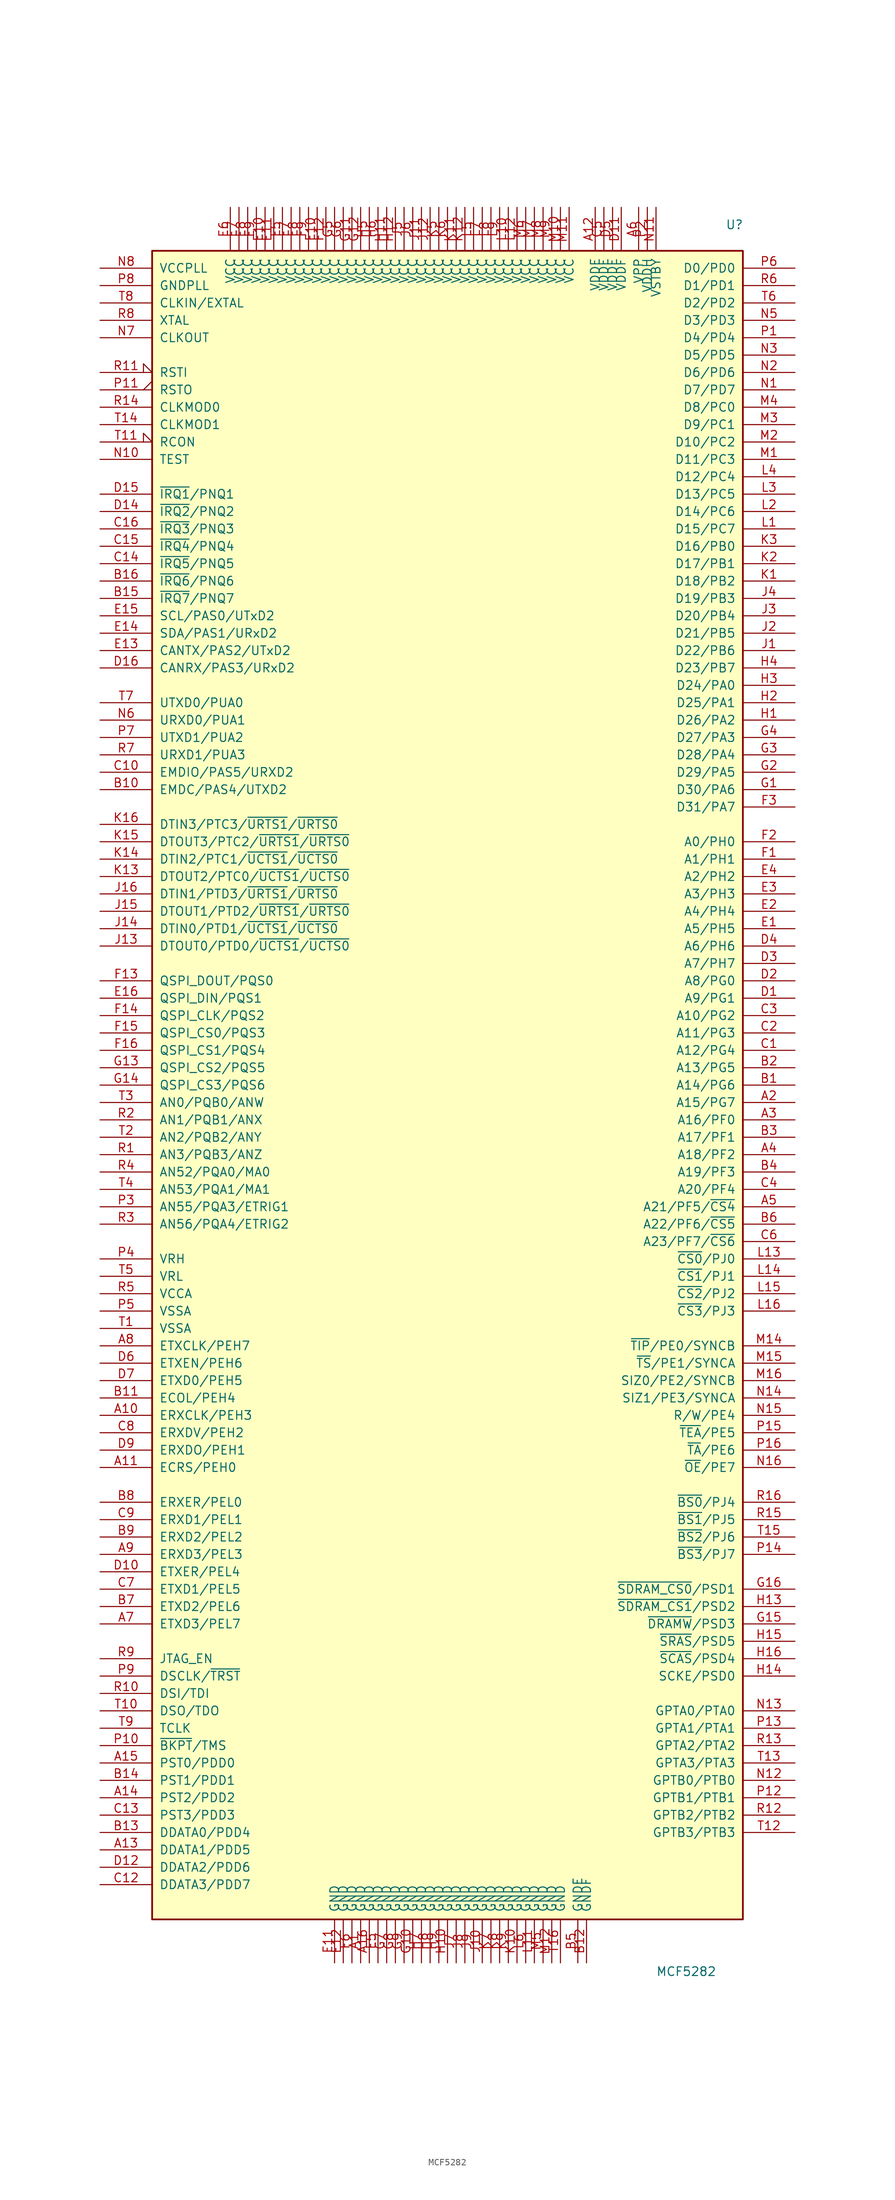
<source format=kicad_sym>
(kicad_symbol_lib
  (version 20201005)
  (generator kicad_symbol_editor)
  (symbol "MCU_NXP_ColdFire:MCF5282"
    (pin_names
      (offset 1.016))
    (property "Reference" "U"
      (at 40.64 125.73 0)
      (effects (font (size 1.27 1.27)) (justify left)))
    (property "Value" "MCF5282"
      (at 30.48 -129.54 0)
      (effects (font (size 1.27 1.27)) (justify left)))
    (symbol "MCF5282_0_1"
      (rectangle (start -43.18 121.92) (end 43.18 -121.92) (stroke (width 0.254)) (fill (type background))))
    (symbol "MCF5282_1_1"
      (pin power_in line (at -12.7 -128.27 90) (length 6.35) (name "GND" (effects (font (size 1.27 1.27)))) (number "A1" (effects (font (size 1.27 1.27)))))
      (pin bidirectional line (at -50.8 -48.26 0) (length 7.62) (name "ERXCLK/PEH3" (effects (font (size 1.27 1.27)))) (number "A10" (effects (font (size 1.27 1.27)))))
      (pin bidirectional line (at -50.8 -55.88 0) (length 7.62) (name "ECRS/PEH0" (effects (font (size 1.27 1.27)))) (number "A11" (effects (font (size 1.27 1.27)))))
      (pin power_in line (at 21.59 128.27 270) (length 6.35) (name "VDDF" (effects (font (size 1.27 1.27)))) (number "A12" (effects (font (size 1.27 1.27)))))
      (pin output line (at -50.8 -111.76 0) (length 7.62) (name "DDATA1/PDD5" (effects (font (size 1.27 1.27)))) (number "A13" (effects (font (size 1.27 1.27)))))
      (pin output line (at -50.8 -104.14 0) (length 7.62) (name "PST2/PDD2" (effects (font (size 1.27 1.27)))) (number "A14" (effects (font (size 1.27 1.27)))))
      (pin output line (at -50.8 -99.06 0) (length 7.62) (name "PST0/PDD0" (effects (font (size 1.27 1.27)))) (number "A15" (effects (font (size 1.27 1.27)))))
      (pin power_in line (at -11.43 -128.27 90) (length 6.35) (name "GND" (effects (font (size 1.27 1.27)))) (number "A16" (effects (font (size 1.27 1.27)))))
      (pin bidirectional line (at 50.8 -2.54 180) (length 7.62) (name "A15/PG7" (effects (font (size 1.27 1.27)))) (number "A2" (effects (font (size 1.27 1.27)))))
      (pin bidirectional line (at 50.8 -5.08 180) (length 7.62) (name "A16/PF0" (effects (font (size 1.27 1.27)))) (number "A3" (effects (font (size 1.27 1.27)))))
      (pin bidirectional line (at 50.8 -10.16 180) (length 7.62) (name "A18/PF2" (effects (font (size 1.27 1.27)))) (number "A4" (effects (font (size 1.27 1.27)))))
      (pin bidirectional line (at 50.8 -17.78 180) (length 7.62) (name "A21/PF5/~CS4~" (effects (font (size 1.27 1.27)))) (number "A5" (effects (font (size 1.27 1.27)))))
      (pin power_in line (at 27.94 128.27 270) (length 6.35) (name "VPP" (effects (font (size 1.27 1.27)))) (number "A6" (effects (font (size 1.27 1.27)))))
      (pin bidirectional line (at -50.8 -78.74 0) (length 7.62) (name "ETXD3/PEL7" (effects (font (size 1.27 1.27)))) (number "A7" (effects (font (size 1.27 1.27)))))
      (pin bidirectional line (at -50.8 -38.1 0) (length 7.62) (name "ETXCLK/PEH7" (effects (font (size 1.27 1.27)))) (number "A8" (effects (font (size 1.27 1.27)))))
      (pin bidirectional line (at -50.8 -68.58 0) (length 7.62) (name "ERXD3/PEL3" (effects (font (size 1.27 1.27)))) (number "A9" (effects (font (size 1.27 1.27)))))
      (pin bidirectional line (at 50.8 0 180) (length 7.62) (name "A14/PG6" (effects (font (size 1.27 1.27)))) (number "B1" (effects (font (size 1.27 1.27)))))
      (pin input line (at -50.8 43.18 0) (length 7.62) (name "EMDC/PAS4/UTXD2" (effects (font (size 1.27 1.27)))) (number "B10" (effects (font (size 1.27 1.27)))))
      (pin bidirectional line (at -50.8 -45.72 0) (length 7.62) (name "ECOL/PEH4" (effects (font (size 1.27 1.27)))) (number "B11" (effects (font (size 1.27 1.27)))))
      (pin power_in line (at 20.32 -128.27 90) (length 6.35) (name "GNDF" (effects (font (size 1.27 1.27)))) (number "B12" (effects (font (size 1.27 1.27)))))
      (pin output line (at -50.8 -109.22 0) (length 7.62) (name "DDATA0/PDD4" (effects (font (size 1.27 1.27)))) (number "B13" (effects (font (size 1.27 1.27)))))
      (pin output line (at -50.8 -101.6 0) (length 7.62) (name "PST1/PDD1" (effects (font (size 1.27 1.27)))) (number "B14" (effects (font (size 1.27 1.27)))))
      (pin bidirectional line (at -50.8 71.12 0) (length 7.62) (name "~IRQ7~/PNQ7" (effects (font (size 1.27 1.27)))) (number "B15" (effects (font (size 1.27 1.27)))))
      (pin bidirectional line (at -50.8 73.66 0) (length 7.62) (name "~IRQ6~/PNQ6" (effects (font (size 1.27 1.27)))) (number "B16" (effects (font (size 1.27 1.27)))))
      (pin bidirectional line (at 50.8 2.54 180) (length 7.62) (name "A13/PG5" (effects (font (size 1.27 1.27)))) (number "B2" (effects (font (size 1.27 1.27)))))
      (pin bidirectional line (at 50.8 -7.62 180) (length 7.62) (name "A17/PF1" (effects (font (size 1.27 1.27)))) (number "B3" (effects (font (size 1.27 1.27)))))
      (pin bidirectional line (at 50.8 -12.7 180) (length 7.62) (name "A19/PF3" (effects (font (size 1.27 1.27)))) (number "B4" (effects (font (size 1.27 1.27)))))
      (pin passive line (at 19.05 -128.27 90) (length 6.35) (name "GNDF" (effects (font (size 1.27 1.27)))) (number "B5" (effects (font (size 1.27 1.27)))))
      (pin bidirectional line (at 50.8 -20.32 180) (length 7.62) (name "A22/PF6/~CS5~" (effects (font (size 1.27 1.27)))) (number "B6" (effects (font (size 1.27 1.27)))))
      (pin bidirectional line (at -50.8 -76.2 0) (length 7.62) (name "ETXD2/PEL6" (effects (font (size 1.27 1.27)))) (number "B7" (effects (font (size 1.27 1.27)))))
      (pin bidirectional line (at -50.8 -60.96 0) (length 7.62) (name "ERXER/PEL0" (effects (font (size 1.27 1.27)))) (number "B8" (effects (font (size 1.27 1.27)))))
      (pin bidirectional line (at -50.8 -66.04 0) (length 7.62) (name "ERXD2/PEL2" (effects (font (size 1.27 1.27)))) (number "B9" (effects (font (size 1.27 1.27)))))
      (pin bidirectional line (at 50.8 5.08 180) (length 7.62) (name "A12/PG4" (effects (font (size 1.27 1.27)))) (number "C1" (effects (font (size 1.27 1.27)))))
      (pin bidirectional line (at -50.8 45.72 0) (length 7.62) (name "EMDIO/PAS5/URXD2" (effects (font (size 1.27 1.27)))) (number "C10" (effects (font (size 1.27 1.27)))))
      (pin output line (at -50.8 -116.84 0) (length 7.62) (name "DDATA3/PDD7" (effects (font (size 1.27 1.27)))) (number "C12" (effects (font (size 1.27 1.27)))))
      (pin output line (at -50.8 -106.68 0) (length 7.62) (name "PST3/PDD3" (effects (font (size 1.27 1.27)))) (number "C13" (effects (font (size 1.27 1.27)))))
      (pin bidirectional line (at -50.8 76.2 0) (length 7.62) (name "~IRQ5~/PNQ5" (effects (font (size 1.27 1.27)))) (number "C14" (effects (font (size 1.27 1.27)))))
      (pin bidirectional line (at -50.8 78.74 0) (length 7.62) (name "~IRQ4~/PNQ4" (effects (font (size 1.27 1.27)))) (number "C15" (effects (font (size 1.27 1.27)))))
      (pin bidirectional line (at -50.8 81.28 0) (length 7.62) (name "~IRQ3~/PNQ3" (effects (font (size 1.27 1.27)))) (number "C16" (effects (font (size 1.27 1.27)))))
      (pin bidirectional line (at 50.8 7.62 180) (length 7.62) (name "A11/PG3" (effects (font (size 1.27 1.27)))) (number "C2" (effects (font (size 1.27 1.27)))))
      (pin bidirectional line (at 50.8 10.16 180) (length 7.62) (name "A10/PG2" (effects (font (size 1.27 1.27)))) (number "C3" (effects (font (size 1.27 1.27)))))
      (pin bidirectional line (at 50.8 -15.24 180) (length 7.62) (name "A20/PF4" (effects (font (size 1.27 1.27)))) (number "C4" (effects (font (size 1.27 1.27)))))
      (pin power_in line (at 22.86 128.27 270) (length 6.35) (name "VDDF" (effects (font (size 1.27 1.27)))) (number "C5" (effects (font (size 1.27 1.27)))))
      (pin bidirectional line (at 50.8 -22.86 180) (length 7.62) (name "A23/PF7/~CS6~" (effects (font (size 1.27 1.27)))) (number "C6" (effects (font (size 1.27 1.27)))))
      (pin bidirectional line (at -50.8 -73.66 0) (length 7.62) (name "ETXD1/PEL5" (effects (font (size 1.27 1.27)))) (number "C7" (effects (font (size 1.27 1.27)))))
      (pin bidirectional line (at -50.8 -50.8 0) (length 7.62) (name "ERXDV/PEH2" (effects (font (size 1.27 1.27)))) (number "C8" (effects (font (size 1.27 1.27)))))
      (pin bidirectional line (at -50.8 -63.5 0) (length 7.62) (name "ERXD1/PEL1" (effects (font (size 1.27 1.27)))) (number "C9" (effects (font (size 1.27 1.27)))))
      (pin bidirectional line (at 50.8 12.7 180) (length 7.62) (name "A9/PG1" (effects (font (size 1.27 1.27)))) (number "D1" (effects (font (size 1.27 1.27)))))
      (pin bidirectional line (at -50.8 -71.12 0) (length 7.62) (name "ETXER/PEL4" (effects (font (size 1.27 1.27)))) (number "D10" (effects (font (size 1.27 1.27)))))
      (pin power_in line (at 25.4 128.27 270) (length 6.35) (name "VDDF" (effects (font (size 1.27 1.27)))) (number "D11" (effects (font (size 1.27 1.27)))))
      (pin output line (at -50.8 -114.3 0) (length 7.62) (name "DDATA2/PDD6" (effects (font (size 1.27 1.27)))) (number "D12" (effects (font (size 1.27 1.27)))))
      (pin bidirectional line (at -50.8 83.82 0) (length 7.62) (name "~IRQ2~/PNQ2" (effects (font (size 1.27 1.27)))) (number "D14" (effects (font (size 1.27 1.27)))))
      (pin bidirectional line (at -50.8 86.36 0) (length 7.62) (name "~IRQ1~/PNQ1" (effects (font (size 1.27 1.27)))) (number "D15" (effects (font (size 1.27 1.27)))))
      (pin bidirectional line (at -50.8 60.96 0) (length 7.62) (name "CANRX/PAS3/URxD2" (effects (font (size 1.27 1.27)))) (number "D16" (effects (font (size 1.27 1.27)))))
      (pin bidirectional line (at 50.8 15.24 180) (length 7.62) (name "A8/PG0" (effects (font (size 1.27 1.27)))) (number "D2" (effects (font (size 1.27 1.27)))))
      (pin bidirectional line (at 50.8 17.78 180) (length 7.62) (name "A7/PH7" (effects (font (size 1.27 1.27)))) (number "D3" (effects (font (size 1.27 1.27)))))
      (pin bidirectional line (at 50.8 20.32 180) (length 7.62) (name "A6/PH6" (effects (font (size 1.27 1.27)))) (number "D4" (effects (font (size 1.27 1.27)))))
      (pin power_in line (at 24.13 128.27 270) (length 6.35) (name "VDDF" (effects (font (size 1.27 1.27)))) (number "D5" (effects (font (size 1.27 1.27)))))
      (pin bidirectional line (at -50.8 -40.64 0) (length 7.62) (name "ETXEN/PEH6" (effects (font (size 1.27 1.27)))) (number "D6" (effects (font (size 1.27 1.27)))))
      (pin bidirectional line (at -50.8 -43.18 0) (length 7.62) (name "ETXD0/PEH5" (effects (font (size 1.27 1.27)))) (number "D7" (effects (font (size 1.27 1.27)))))
      (pin bidirectional line (at -50.8 -53.34 0) (length 7.62) (name "ERXDO/PEH1" (effects (font (size 1.27 1.27)))) (number "D9" (effects (font (size 1.27 1.27)))))
      (pin bidirectional line (at 50.8 22.86 180) (length 7.62) (name "A5/PH5" (effects (font (size 1.27 1.27)))) (number "E1" (effects (font (size 1.27 1.27)))))
      (pin power_in line (at -26.67 128.27 270) (length 6.35) (name "VCC" (effects (font (size 1.27 1.27)))) (number "E10" (effects (font (size 1.27 1.27)))))
      (pin power_in line (at -25.4 128.27 270) (length 6.35) (name "VCC" (effects (font (size 1.27 1.27)))) (number "E11" (effects (font (size 1.27 1.27)))))
      (pin power_in line (at -15.24 -128.27 90) (length 6.35) (name "GND" (effects (font (size 1.27 1.27)))) (number "E12" (effects (font (size 1.27 1.27)))))
      (pin bidirectional line (at -50.8 63.5 0) (length 7.62) (name "CANTX/PAS2/UTxD2" (effects (font (size 1.27 1.27)))) (number "E13" (effects (font (size 1.27 1.27)))))
      (pin bidirectional line (at -50.8 66.04 0) (length 7.62) (name "SDA/PAS1/URxD2" (effects (font (size 1.27 1.27)))) (number "E14" (effects (font (size 1.27 1.27)))))
      (pin bidirectional line (at -50.8 68.58 0) (length 7.62) (name "SCL/PAS0/UTxD2" (effects (font (size 1.27 1.27)))) (number "E15" (effects (font (size 1.27 1.27)))))
      (pin bidirectional line (at -50.8 12.7 0) (length 7.62) (name "QSPI_DIN/PQS1" (effects (font (size 1.27 1.27)))) (number "E16" (effects (font (size 1.27 1.27)))))
      (pin bidirectional line (at 50.8 25.4 180) (length 7.62) (name "A4/PH4" (effects (font (size 1.27 1.27)))) (number "E2" (effects (font (size 1.27 1.27)))))
      (pin bidirectional line (at 50.8 27.94 180) (length 7.62) (name "A3/PH3" (effects (font (size 1.27 1.27)))) (number "E3" (effects (font (size 1.27 1.27)))))
      (pin bidirectional line (at 50.8 30.48 180) (length 7.62) (name "A2/PH2" (effects (font (size 1.27 1.27)))) (number "E4" (effects (font (size 1.27 1.27)))))
      (pin power_in line (at -10.16 -128.27 90) (length 6.35) (name "GND" (effects (font (size 1.27 1.27)))) (number "E5" (effects (font (size 1.27 1.27)))))
      (pin power_in line (at -31.75 128.27 270) (length 6.35) (name "VCC" (effects (font (size 1.27 1.27)))) (number "E6" (effects (font (size 1.27 1.27)))))
      (pin power_in line (at -30.48 128.27 270) (length 6.35) (name "VCC" (effects (font (size 1.27 1.27)))) (number "E7" (effects (font (size 1.27 1.27)))))
      (pin power_in line (at -29.21 128.27 270) (length 6.35) (name "VCC" (effects (font (size 1.27 1.27)))) (number "E8" (effects (font (size 1.27 1.27)))))
      (pin power_in line (at -27.94 128.27 270) (length 6.35) (name "VCC" (effects (font (size 1.27 1.27)))) (number "E9" (effects (font (size 1.27 1.27)))))
      (pin bidirectional line (at 50.8 33.02 180) (length 7.62) (name "A1/PH1" (effects (font (size 1.27 1.27)))) (number "F1" (effects (font (size 1.27 1.27)))))
      (pin power_in line (at -19.05 128.27 270) (length 6.35) (name "VCC" (effects (font (size 1.27 1.27)))) (number "F10" (effects (font (size 1.27 1.27)))))
      (pin power_in line (at -16.51 -128.27 90) (length 6.35) (name "GND" (effects (font (size 1.27 1.27)))) (number "F11" (effects (font (size 1.27 1.27)))))
      (pin power_in line (at -17.78 128.27 270) (length 6.35) (name "VCC" (effects (font (size 1.27 1.27)))) (number "F12" (effects (font (size 1.27 1.27)))))
      (pin bidirectional line (at -50.8 15.24 0) (length 7.62) (name "QSPI_DOUT/PQS0" (effects (font (size 1.27 1.27)))) (number "F13" (effects (font (size 1.27 1.27)))))
      (pin bidirectional line (at -50.8 10.16 0) (length 7.62) (name "QSPI_CLK/PQS2" (effects (font (size 1.27 1.27)))) (number "F14" (effects (font (size 1.27 1.27)))))
      (pin bidirectional line (at -50.8 7.62 0) (length 7.62) (name "QSPI_CS0/PQS3" (effects (font (size 1.27 1.27)))) (number "F15" (effects (font (size 1.27 1.27)))))
      (pin bidirectional line (at -50.8 5.08 0) (length 7.62) (name "QSPI_CS1/PQS4" (effects (font (size 1.27 1.27)))) (number "F16" (effects (font (size 1.27 1.27)))))
      (pin bidirectional line (at 50.8 35.56 180) (length 7.62) (name "A0/PH0" (effects (font (size 1.27 1.27)))) (number "F2" (effects (font (size 1.27 1.27)))))
      (pin bidirectional line (at 50.8 40.64 180) (length 7.62) (name "D31/PA7" (effects (font (size 1.27 1.27)))) (number "F3" (effects (font (size 1.27 1.27)))))
      (pin power_in line (at -24.13 128.27 270) (length 6.35) (name "VCC" (effects (font (size 1.27 1.27)))) (number "F5" (effects (font (size 1.27 1.27)))))
      (pin power_in line (at -13.97 -128.27 90) (length 6.35) (name "GND" (effects (font (size 1.27 1.27)))) (number "F6" (effects (font (size 1.27 1.27)))))
      (pin power_in line (at -22.86 128.27 270) (length 6.35) (name "VCC" (effects (font (size 1.27 1.27)))) (number "F7" (effects (font (size 1.27 1.27)))))
      (pin power_in line (at -21.59 128.27 270) (length 6.35) (name "VCC" (effects (font (size 1.27 1.27)))) (number "F8" (effects (font (size 1.27 1.27)))))
      (pin power_in line (at -20.32 128.27 270) (length 6.35) (name "VCC" (effects (font (size 1.27 1.27)))) (number "F9" (effects (font (size 1.27 1.27)))))
      (pin bidirectional line (at 50.8 43.18 180) (length 7.62) (name "D30/PA6" (effects (font (size 1.27 1.27)))) (number "G1" (effects (font (size 1.27 1.27)))))
      (pin power_in line (at -5.08 -128.27 90) (length 6.35) (name "GND" (effects (font (size 1.27 1.27)))) (number "G10" (effects (font (size 1.27 1.27)))))
      (pin power_in line (at -13.97 128.27 270) (length 6.35) (name "VCC" (effects (font (size 1.27 1.27)))) (number "G11" (effects (font (size 1.27 1.27)))))
      (pin power_in line (at -12.7 128.27 270) (length 6.35) (name "VCC" (effects (font (size 1.27 1.27)))) (number "G12" (effects (font (size 1.27 1.27)))))
      (pin bidirectional line (at -50.8 2.54 0) (length 7.62) (name "QSPI_CS2/PQS5" (effects (font (size 1.27 1.27)))) (number "G13" (effects (font (size 1.27 1.27)))))
      (pin bidirectional line (at -50.8 0 0) (length 7.62) (name "QSPI_CS3/PQS6" (effects (font (size 1.27 1.27)))) (number "G14" (effects (font (size 1.27 1.27)))))
      (pin bidirectional line (at 50.8 -78.74 180) (length 7.62) (name "~DRAMW~/PSD3" (effects (font (size 1.27 1.27)))) (number "G15" (effects (font (size 1.27 1.27)))))
      (pin bidirectional line (at 50.8 -73.66 180) (length 7.62) (name "~SDRAM_CS0~/PSD1" (effects (font (size 1.27 1.27)))) (number "G16" (effects (font (size 1.27 1.27)))))
      (pin bidirectional line (at 50.8 45.72 180) (length 7.62) (name "D29/PA5" (effects (font (size 1.27 1.27)))) (number "G2" (effects (font (size 1.27 1.27)))))
      (pin bidirectional line (at 50.8 48.26 180) (length 7.62) (name "D28/PA4" (effects (font (size 1.27 1.27)))) (number "G3" (effects (font (size 1.27 1.27)))))
      (pin bidirectional line (at 50.8 50.8 180) (length 7.62) (name "D27/PA3" (effects (font (size 1.27 1.27)))) (number "G4" (effects (font (size 1.27 1.27)))))
      (pin power_in line (at -16.51 128.27 270) (length 6.35) (name "VCC" (effects (font (size 1.27 1.27)))) (number "G5" (effects (font (size 1.27 1.27)))))
      (pin power_in line (at -15.24 128.27 270) (length 6.35) (name "VCC" (effects (font (size 1.27 1.27)))) (number "G6" (effects (font (size 1.27 1.27)))))
      (pin power_in line (at -8.89 -128.27 90) (length 6.35) (name "GND" (effects (font (size 1.27 1.27)))) (number "G7" (effects (font (size 1.27 1.27)))))
      (pin power_in line (at -7.62 -128.27 90) (length 6.35) (name "GND" (effects (font (size 1.27 1.27)))) (number "G8" (effects (font (size 1.27 1.27)))))
      (pin power_in line (at -6.35 -128.27 90) (length 6.35) (name "GND" (effects (font (size 1.27 1.27)))) (number "G9" (effects (font (size 1.27 1.27)))))
      (pin bidirectional line (at 50.8 53.34 180) (length 7.62) (name "D26/PA2" (effects (font (size 1.27 1.27)))) (number "H1" (effects (font (size 1.27 1.27)))))
      (pin power_in line (at 0 -128.27 90) (length 6.35) (name "GND" (effects (font (size 1.27 1.27)))) (number "H10" (effects (font (size 1.27 1.27)))))
      (pin power_in line (at -8.89 128.27 270) (length 6.35) (name "VCC" (effects (font (size 1.27 1.27)))) (number "H11" (effects (font (size 1.27 1.27)))))
      (pin power_in line (at -7.62 128.27 270) (length 6.35) (name "VCC" (effects (font (size 1.27 1.27)))) (number "H12" (effects (font (size 1.27 1.27)))))
      (pin output line (at 50.8 -76.2 180) (length 7.62) (name "~SDRAM_CS1~/PSD2" (effects (font (size 1.27 1.27)))) (number "H13" (effects (font (size 1.27 1.27)))))
      (pin bidirectional line (at 50.8 -86.36 180) (length 7.62) (name "SCKE/PSD0" (effects (font (size 1.27 1.27)))) (number "H14" (effects (font (size 1.27 1.27)))))
      (pin bidirectional line (at 50.8 -81.28 180) (length 7.62) (name "~SRAS~/PSD5" (effects (font (size 1.27 1.27)))) (number "H15" (effects (font (size 1.27 1.27)))))
      (pin bidirectional line (at 50.8 -83.82 180) (length 7.62) (name "~SCAS~/PSD4" (effects (font (size 1.27 1.27)))) (number "H16" (effects (font (size 1.27 1.27)))))
      (pin bidirectional line (at 50.8 55.88 180) (length 7.62) (name "D25/PA1" (effects (font (size 1.27 1.27)))) (number "H2" (effects (font (size 1.27 1.27)))))
      (pin bidirectional line (at 50.8 58.42 180) (length 7.62) (name "D24/PA0" (effects (font (size 1.27 1.27)))) (number "H3" (effects (font (size 1.27 1.27)))))
      (pin bidirectional line (at 50.8 60.96 180) (length 7.62) (name "D23/PB7" (effects (font (size 1.27 1.27)))) (number "H4" (effects (font (size 1.27 1.27)))))
      (pin power_in line (at -11.43 128.27 270) (length 6.35) (name "VCC" (effects (font (size 1.27 1.27)))) (number "H5" (effects (font (size 1.27 1.27)))))
      (pin power_in line (at -10.16 128.27 270) (length 6.35) (name "VCC" (effects (font (size 1.27 1.27)))) (number "H6" (effects (font (size 1.27 1.27)))))
      (pin power_in line (at -3.81 -128.27 90) (length 6.35) (name "GND" (effects (font (size 1.27 1.27)))) (number "H7" (effects (font (size 1.27 1.27)))))
      (pin power_in line (at -2.54 -128.27 90) (length 6.35) (name "GND" (effects (font (size 1.27 1.27)))) (number "H8" (effects (font (size 1.27 1.27)))))
      (pin power_in line (at -1.27 -128.27 90) (length 6.35) (name "GND" (effects (font (size 1.27 1.27)))) (number "H9" (effects (font (size 1.27 1.27)))))
      (pin bidirectional line (at 50.8 63.5 180) (length 7.62) (name "D22/PB6" (effects (font (size 1.27 1.27)))) (number "J1" (effects (font (size 1.27 1.27)))))
      (pin power_in line (at 5.08 -128.27 90) (length 6.35) (name "GND" (effects (font (size 1.27 1.27)))) (number "J10" (effects (font (size 1.27 1.27)))))
      (pin power_in line (at -3.81 128.27 270) (length 6.35) (name "VCC" (effects (font (size 1.27 1.27)))) (number "J11" (effects (font (size 1.27 1.27)))))
      (pin power_in line (at -2.54 128.27 270) (length 6.35) (name "VCC" (effects (font (size 1.27 1.27)))) (number "J12" (effects (font (size 1.27 1.27)))))
      (pin input line (at -50.8 20.32 0) (length 7.62) (name "DTOUT0/PTD0/~UCTS1~/~UCTS0~" (effects (font (size 1.27 1.27)))) (number "J13" (effects (font (size 1.27 1.27)))))
      (pin bidirectional line (at -50.8 22.86 0) (length 7.62) (name "DTIN0/PTD1/~UCTS1~/~UCTS0~" (effects (font (size 1.27 1.27)))) (number "J14" (effects (font (size 1.27 1.27)))))
      (pin bidirectional line (at -50.8 25.4 0) (length 7.62) (name "DTOUT1/PTD2/~URTS1~/~URTS0~" (effects (font (size 1.27 1.27)))) (number "J15" (effects (font (size 1.27 1.27)))))
      (pin bidirectional line (at -50.8 27.94 0) (length 7.62) (name "DTIN1/PTD3/~URTS1~/~URTS0~" (effects (font (size 1.27 1.27)))) (number "J16" (effects (font (size 1.27 1.27)))))
      (pin bidirectional line (at 50.8 66.04 180) (length 7.62) (name "D21/PB5" (effects (font (size 1.27 1.27)))) (number "J2" (effects (font (size 1.27 1.27)))))
      (pin bidirectional line (at 50.8 68.58 180) (length 7.62) (name "D20/PB4" (effects (font (size 1.27 1.27)))) (number "J3" (effects (font (size 1.27 1.27)))))
      (pin bidirectional line (at 50.8 71.12 180) (length 7.62) (name "D19/PB3" (effects (font (size 1.27 1.27)))) (number "J4" (effects (font (size 1.27 1.27)))))
      (pin power_in line (at -6.35 128.27 270) (length 6.35) (name "VCC" (effects (font (size 1.27 1.27)))) (number "J5" (effects (font (size 1.27 1.27)))))
      (pin power_in line (at -5.08 128.27 270) (length 6.35) (name "VCC" (effects (font (size 1.27 1.27)))) (number "J6" (effects (font (size 1.27 1.27)))))
      (pin power_in line (at 1.27 -128.27 90) (length 6.35) (name "GND" (effects (font (size 1.27 1.27)))) (number "J7" (effects (font (size 1.27 1.27)))))
      (pin power_in line (at 2.54 -128.27 90) (length 6.35) (name "GND" (effects (font (size 1.27 1.27)))) (number "J8" (effects (font (size 1.27 1.27)))))
      (pin power_in line (at 3.81 -128.27 90) (length 6.35) (name "GND" (effects (font (size 1.27 1.27)))) (number "J9" (effects (font (size 1.27 1.27)))))
      (pin bidirectional line (at 50.8 73.66 180) (length 7.62) (name "D18/PB2" (effects (font (size 1.27 1.27)))) (number "K1" (effects (font (size 1.27 1.27)))))
      (pin power_in line (at 10.16 -128.27 90) (length 6.35) (name "GND" (effects (font (size 1.27 1.27)))) (number "K10" (effects (font (size 1.27 1.27)))))
      (pin power_in line (at 1.27 128.27 270) (length 6.35) (name "VCC" (effects (font (size 1.27 1.27)))) (number "K11" (effects (font (size 1.27 1.27)))))
      (pin power_in line (at 2.54 128.27 270) (length 6.35) (name "VCC" (effects (font (size 1.27 1.27)))) (number "K12" (effects (font (size 1.27 1.27)))))
      (pin bidirectional line (at -50.8 30.48 0) (length 7.62) (name "DTOUT2/PTC0/~UCTS1~/~UCTS0~" (effects (font (size 1.27 1.27)))) (number "K13" (effects (font (size 1.27 1.27)))))
      (pin bidirectional line (at -50.8 33.02 0) (length 7.62) (name "DTIN2/PTC1/~UCTS1~/~UCTS0~" (effects (font (size 1.27 1.27)))) (number "K14" (effects (font (size 1.27 1.27)))))
      (pin bidirectional line (at -50.8 35.56 0) (length 7.62) (name "DTOUT3/PTC2/~URTS1~/~URTS0~" (effects (font (size 1.27 1.27)))) (number "K15" (effects (font (size 1.27 1.27)))))
      (pin bidirectional line (at -50.8 38.1 0) (length 7.62) (name "DTIN3/PTC3/~URTS1~/~URTS0~" (effects (font (size 1.27 1.27)))) (number "K16" (effects (font (size 1.27 1.27)))))
      (pin bidirectional line (at 50.8 76.2 180) (length 7.62) (name "D17/PB1" (effects (font (size 1.27 1.27)))) (number "K2" (effects (font (size 1.27 1.27)))))
      (pin bidirectional line (at 50.8 78.74 180) (length 7.62) (name "D16/PB0" (effects (font (size 1.27 1.27)))) (number "K3" (effects (font (size 1.27 1.27)))))
      (pin power_in line (at -1.27 128.27 270) (length 6.35) (name "VCC" (effects (font (size 1.27 1.27)))) (number "K5" (effects (font (size 1.27 1.27)))))
      (pin power_in line (at 0 128.27 270) (length 6.35) (name "VCC" (effects (font (size 1.27 1.27)))) (number "K6" (effects (font (size 1.27 1.27)))))
      (pin power_in line (at 6.35 -128.27 90) (length 6.35) (name "GND" (effects (font (size 1.27 1.27)))) (number "K7" (effects (font (size 1.27 1.27)))))
      (pin power_in line (at 7.62 -128.27 90) (length 6.35) (name "GND" (effects (font (size 1.27 1.27)))) (number "K8" (effects (font (size 1.27 1.27)))))
      (pin power_in line (at 8.89 -128.27 90) (length 6.35) (name "GND" (effects (font (size 1.27 1.27)))) (number "K9" (effects (font (size 1.27 1.27)))))
      (pin bidirectional line (at 50.8 81.28 180) (length 7.62) (name "D15/PC7" (effects (font (size 1.27 1.27)))) (number "L1" (effects (font (size 1.27 1.27)))))
      (pin power_in line (at 8.89 128.27 270) (length 6.35) (name "VCC" (effects (font (size 1.27 1.27)))) (number "L10" (effects (font (size 1.27 1.27)))))
      (pin power_in line (at 12.7 -128.27 90) (length 6.35) (name "GND" (effects (font (size 1.27 1.27)))) (number "L11" (effects (font (size 1.27 1.27)))))
      (pin power_in line (at 10.16 128.27 270) (length 6.35) (name "VCC" (effects (font (size 1.27 1.27)))) (number "L12" (effects (font (size 1.27 1.27)))))
      (pin bidirectional line (at 50.8 -25.4 180) (length 7.62) (name "~CS0~/PJ0" (effects (font (size 1.27 1.27)))) (number "L13" (effects (font (size 1.27 1.27)))))
      (pin bidirectional line (at 50.8 -27.94 180) (length 7.62) (name "~CS1~/PJ1" (effects (font (size 1.27 1.27)))) (number "L14" (effects (font (size 1.27 1.27)))))
      (pin bidirectional line (at 50.8 -30.48 180) (length 7.62) (name "~CS2~/PJ2" (effects (font (size 1.27 1.27)))) (number "L15" (effects (font (size 1.27 1.27)))))
      (pin bidirectional line (at 50.8 -33.02 180) (length 7.62) (name "~CS3~/PJ3" (effects (font (size 1.27 1.27)))) (number "L16" (effects (font (size 1.27 1.27)))))
      (pin bidirectional line (at 50.8 83.82 180) (length 7.62) (name "D14/PC6" (effects (font (size 1.27 1.27)))) (number "L2" (effects (font (size 1.27 1.27)))))
      (pin bidirectional line (at 50.8 86.36 180) (length 7.62) (name "D13/PC5" (effects (font (size 1.27 1.27)))) (number "L3" (effects (font (size 1.27 1.27)))))
      (pin bidirectional line (at 50.8 88.9 180) (length 7.62) (name "D12/PC4" (effects (font (size 1.27 1.27)))) (number "L4" (effects (font (size 1.27 1.27)))))
      (pin power_in line (at 3.81 128.27 270) (length 6.35) (name "VCC" (effects (font (size 1.27 1.27)))) (number "L5" (effects (font (size 1.27 1.27)))))
      (pin power_in line (at 11.43 -128.27 90) (length 6.35) (name "GND" (effects (font (size 1.27 1.27)))) (number "L6" (effects (font (size 1.27 1.27)))))
      (pin power_in line (at 5.08 128.27 270) (length 6.35) (name "VCC" (effects (font (size 1.27 1.27)))) (number "L7" (effects (font (size 1.27 1.27)))))
      (pin power_in line (at 6.35 128.27 270) (length 6.35) (name "VCC" (effects (font (size 1.27 1.27)))) (number "L8" (effects (font (size 1.27 1.27)))))
      (pin power_in line (at 7.62 128.27 270) (length 6.35) (name "VCC" (effects (font (size 1.27 1.27)))) (number "L9" (effects (font (size 1.27 1.27)))))
      (pin bidirectional line (at 50.8 91.44 180) (length 7.62) (name "D11/PC3" (effects (font (size 1.27 1.27)))) (number "M1" (effects (font (size 1.27 1.27)))))
      (pin power_in line (at 16.51 128.27 270) (length 6.35) (name "VCC" (effects (font (size 1.27 1.27)))) (number "M10" (effects (font (size 1.27 1.27)))))
      (pin power_in line (at 17.78 128.27 270) (length 6.35) (name "VCC" (effects (font (size 1.27 1.27)))) (number "M11" (effects (font (size 1.27 1.27)))))
      (pin power_in line (at 15.24 -128.27 90) (length 6.35) (name "GND" (effects (font (size 1.27 1.27)))) (number "M12" (effects (font (size 1.27 1.27)))))
      (pin bidirectional line (at 50.8 -38.1 180) (length 7.62) (name "~TIP~/PE0/SYNCB" (effects (font (size 1.27 1.27)))) (number "M14" (effects (font (size 1.27 1.27)))))
      (pin bidirectional line (at 50.8 -40.64 180) (length 7.62) (name "~TS~/PE1/SYNCA" (effects (font (size 1.27 1.27)))) (number "M15" (effects (font (size 1.27 1.27)))))
      (pin bidirectional line (at 50.8 -43.18 180) (length 7.62) (name "SIZ0/PE2/SYNCB" (effects (font (size 1.27 1.27)))) (number "M16" (effects (font (size 1.27 1.27)))))
      (pin bidirectional line (at 50.8 93.98 180) (length 7.62) (name "D10/PC2" (effects (font (size 1.27 1.27)))) (number "M2" (effects (font (size 1.27 1.27)))))
      (pin bidirectional line (at 50.8 96.52 180) (length 7.62) (name "D9/PC1" (effects (font (size 1.27 1.27)))) (number "M3" (effects (font (size 1.27 1.27)))))
      (pin bidirectional line (at 50.8 99.06 180) (length 7.62) (name "D8/PC0" (effects (font (size 1.27 1.27)))) (number "M4" (effects (font (size 1.27 1.27)))))
      (pin power_in line (at 13.97 -128.27 90) (length 6.35) (name "GND" (effects (font (size 1.27 1.27)))) (number "M5" (effects (font (size 1.27 1.27)))))
      (pin power_in line (at 11.43 128.27 270) (length 6.35) (name "VCC" (effects (font (size 1.27 1.27)))) (number "M6" (effects (font (size 1.27 1.27)))))
      (pin power_in line (at 12.7 128.27 270) (length 6.35) (name "VCC" (effects (font (size 1.27 1.27)))) (number "M7" (effects (font (size 1.27 1.27)))))
      (pin power_in line (at 13.97 128.27 270) (length 6.35) (name "VCC" (effects (font (size 1.27 1.27)))) (number "M8" (effects (font (size 1.27 1.27)))))
      (pin power_in line (at 15.24 128.27 270) (length 6.35) (name "VCC" (effects (font (size 1.27 1.27)))) (number "M9" (effects (font (size 1.27 1.27)))))
      (pin bidirectional line (at 50.8 101.6 180) (length 7.62) (name "D7/PD7" (effects (font (size 1.27 1.27)))) (number "N1" (effects (font (size 1.27 1.27)))))
      (pin input line (at -50.8 91.44 0) (length 7.62) (name "TEST" (effects (font (size 1.27 1.27)))) (number "N10" (effects (font (size 1.27 1.27)))))
      (pin power_in line (at 30.48 128.27 270) (length 6.35) (name "VSTBY" (effects (font (size 1.27 1.27)))) (number "N11" (effects (font (size 1.27 1.27)))))
      (pin bidirectional line (at 50.8 -101.6 180) (length 7.62) (name "GPTB0/PTB0" (effects (font (size 1.27 1.27)))) (number "N12" (effects (font (size 1.27 1.27)))))
      (pin bidirectional line (at 50.8 -91.44 180) (length 7.62) (name "GPTA0/PTA0" (effects (font (size 1.27 1.27)))) (number "N13" (effects (font (size 1.27 1.27)))))
      (pin bidirectional line (at 50.8 -45.72 180) (length 7.62) (name "SIZ1/PE3/SYNCA" (effects (font (size 1.27 1.27)))) (number "N14" (effects (font (size 1.27 1.27)))))
      (pin bidirectional line (at 50.8 -48.26 180) (length 7.62) (name "R/W/PE4" (effects (font (size 1.27 1.27)))) (number "N15" (effects (font (size 1.27 1.27)))))
      (pin bidirectional line (at 50.8 -55.88 180) (length 7.62) (name "~OE~/PE7" (effects (font (size 1.27 1.27)))) (number "N16" (effects (font (size 1.27 1.27)))))
      (pin bidirectional line (at 50.8 104.14 180) (length 7.62) (name "D6/PD6" (effects (font (size 1.27 1.27)))) (number "N2" (effects (font (size 1.27 1.27)))))
      (pin bidirectional line (at 50.8 106.68 180) (length 7.62) (name "D5/PD5" (effects (font (size 1.27 1.27)))) (number "N3" (effects (font (size 1.27 1.27)))))
      (pin bidirectional line (at 50.8 111.76 180) (length 7.62) (name "D3/PD3" (effects (font (size 1.27 1.27)))) (number "N5" (effects (font (size 1.27 1.27)))))
      (pin bidirectional line (at -50.8 53.34 0) (length 7.62) (name "URXD0/PUA1" (effects (font (size 1.27 1.27)))) (number "N6" (effects (font (size 1.27 1.27)))))
      (pin output line (at -50.8 109.22 0) (length 7.62) (name "CLKOUT" (effects (font (size 1.27 1.27)))) (number "N7" (effects (font (size 1.27 1.27)))))
      (pin passive line (at -50.8 119.38 0) (length 7.62) (name "VCCPLL" (effects (font (size 1.27 1.27)))) (number "N8" (effects (font (size 1.27 1.27)))))
      (pin bidirectional line (at 50.8 109.22 180) (length 7.62) (name "D4/PD4" (effects (font (size 1.27 1.27)))) (number "P1" (effects (font (size 1.27 1.27)))))
      (pin input line (at -50.8 -96.52 0) (length 7.62) (name "~BKPT~/TMS" (effects (font (size 1.27 1.27)))) (number "P10" (effects (font (size 1.27 1.27)))))
      (pin output output_low (at -50.8 101.6 0) (length 7.62) (name "RSTO" (effects (font (size 1.27 1.27)))) (number "P11" (effects (font (size 1.27 1.27)))))
      (pin bidirectional line (at 50.8 -104.14 180) (length 7.62) (name "GPTB1/PTB1" (effects (font (size 1.27 1.27)))) (number "P12" (effects (font (size 1.27 1.27)))))
      (pin bidirectional line (at 50.8 -93.98 180) (length 7.62) (name "GPTA1/PTA1" (effects (font (size 1.27 1.27)))) (number "P13" (effects (font (size 1.27 1.27)))))
      (pin bidirectional line (at 50.8 -68.58 180) (length 7.62) (name "~BS3~/PJ7" (effects (font (size 1.27 1.27)))) (number "P14" (effects (font (size 1.27 1.27)))))
      (pin bidirectional line (at 50.8 -50.8 180) (length 7.62) (name "~TEA~/PE5" (effects (font (size 1.27 1.27)))) (number "P15" (effects (font (size 1.27 1.27)))))
      (pin bidirectional line (at 50.8 -53.34 180) (length 7.62) (name "~TA~/PE6" (effects (font (size 1.27 1.27)))) (number "P16" (effects (font (size 1.27 1.27)))))
      (pin power_in line (at 29.21 128.27 270) (length 6.35) (name "VDDH" (effects (font (size 1.27 1.27)))) (number "P2" (effects (font (size 1.27 1.27)))))
      (pin bidirectional line (at -50.8 -17.78 0) (length 7.62) (name "AN55/PQA3/ETRIG1" (effects (font (size 1.27 1.27)))) (number "P3" (effects (font (size 1.27 1.27)))))
      (pin input line (at -50.8 -25.4 0) (length 7.62) (name "VRH" (effects (font (size 1.27 1.27)))) (number "P4" (effects (font (size 1.27 1.27)))))
      (pin input line (at -50.8 -33.02 0) (length 7.62) (name "VSSA" (effects (font (size 1.27 1.27)))) (number "P5" (effects (font (size 1.27 1.27)))))
      (pin bidirectional line (at 50.8 119.38 180) (length 7.62) (name "D0/PD0" (effects (font (size 1.27 1.27)))) (number "P6" (effects (font (size 1.27 1.27)))))
      (pin bidirectional line (at -50.8 50.8 0) (length 7.62) (name "UTXD1/PUA2" (effects (font (size 1.27 1.27)))) (number "P7" (effects (font (size 1.27 1.27)))))
      (pin passive line (at -50.8 116.84 0) (length 7.62) (name "GNDPLL" (effects (font (size 1.27 1.27)))) (number "P8" (effects (font (size 1.27 1.27)))))
      (pin input line (at -50.8 -86.36 0) (length 7.62) (name "DSCLK/~TRST~" (effects (font (size 1.27 1.27)))) (number "P9" (effects (font (size 1.27 1.27)))))
      (pin bidirectional line (at -50.8 -10.16 0) (length 7.62) (name "AN3/PQB3/ANZ" (effects (font (size 1.27 1.27)))) (number "R1" (effects (font (size 1.27 1.27)))))
      (pin input line (at -50.8 -88.9 0) (length 7.62) (name "DSI/TDI" (effects (font (size 1.27 1.27)))) (number "R10" (effects (font (size 1.27 1.27)))))
      (pin input input_low (at -50.8 104.14 0) (length 7.62) (name "RSTI" (effects (font (size 1.27 1.27)))) (number "R11" (effects (font (size 1.27 1.27)))))
      (pin bidirectional line (at 50.8 -106.68 180) (length 7.62) (name "GPTB2/PTB2" (effects (font (size 1.27 1.27)))) (number "R12" (effects (font (size 1.27 1.27)))))
      (pin bidirectional line (at 50.8 -96.52 180) (length 7.62) (name "GPTA2/PTA2" (effects (font (size 1.27 1.27)))) (number "R13" (effects (font (size 1.27 1.27)))))
      (pin input line (at -50.8 99.06 0) (length 7.62) (name "CLKMOD0" (effects (font (size 1.27 1.27)))) (number "R14" (effects (font (size 1.27 1.27)))))
      (pin bidirectional line (at 50.8 -63.5 180) (length 7.62) (name "~BS1~/PJ5" (effects (font (size 1.27 1.27)))) (number "R15" (effects (font (size 1.27 1.27)))))
      (pin bidirectional line (at 50.8 -60.96 180) (length 7.62) (name "~BS0~/PJ4" (effects (font (size 1.27 1.27)))) (number "R16" (effects (font (size 1.27 1.27)))))
      (pin bidirectional line (at -50.8 -5.08 0) (length 7.62) (name "AN1/PQB1/ANX" (effects (font (size 1.27 1.27)))) (number "R2" (effects (font (size 1.27 1.27)))))
      (pin bidirectional line (at -50.8 -20.32 0) (length 7.62) (name "AN56/PQA4/ETRIG2" (effects (font (size 1.27 1.27)))) (number "R3" (effects (font (size 1.27 1.27)))))
      (pin bidirectional line (at -50.8 -12.7 0) (length 7.62) (name "AN52/PQA0/MA0" (effects (font (size 1.27 1.27)))) (number "R4" (effects (font (size 1.27 1.27)))))
      (pin input line (at -50.8 -30.48 0) (length 7.62) (name "VCCA" (effects (font (size 1.27 1.27)))) (number "R5" (effects (font (size 1.27 1.27)))))
      (pin bidirectional line (at 50.8 116.84 180) (length 7.62) (name "D1/PD1" (effects (font (size 1.27 1.27)))) (number "R6" (effects (font (size 1.27 1.27)))))
      (pin bidirectional line (at -50.8 48.26 0) (length 7.62) (name "URXD1/PUA3" (effects (font (size 1.27 1.27)))) (number "R7" (effects (font (size 1.27 1.27)))))
      (pin output line (at -50.8 111.76 0) (length 7.62) (name "XTAL" (effects (font (size 1.27 1.27)))) (number "R8" (effects (font (size 1.27 1.27)))))
      (pin input line (at -50.8 -83.82 0) (length 7.62) (name "JTAG_EN" (effects (font (size 1.27 1.27)))) (number "R9" (effects (font (size 1.27 1.27)))))
      (pin input line (at -50.8 -35.56 0) (length 7.62) (name "VSSA" (effects (font (size 1.27 1.27)))) (number "T1" (effects (font (size 1.27 1.27)))))
      (pin output line (at -50.8 -91.44 0) (length 7.62) (name "DSO/TDO" (effects (font (size 1.27 1.27)))) (number "T10" (effects (font (size 1.27 1.27)))))
      (pin input input_low (at -50.8 93.98 0) (length 7.62) (name "RCON" (effects (font (size 1.27 1.27)))) (number "T11" (effects (font (size 1.27 1.27)))))
      (pin bidirectional line (at 50.8 -109.22 180) (length 7.62) (name "GPTB3/PTB3" (effects (font (size 1.27 1.27)))) (number "T12" (effects (font (size 1.27 1.27)))))
      (pin bidirectional line (at 50.8 -99.06 180) (length 7.62) (name "GPTA3/PTA3" (effects (font (size 1.27 1.27)))) (number "T13" (effects (font (size 1.27 1.27)))))
      (pin input line (at -50.8 96.52 0) (length 7.62) (name "CLKMOD1" (effects (font (size 1.27 1.27)))) (number "T14" (effects (font (size 1.27 1.27)))))
      (pin bidirectional line (at 50.8 -66.04 180) (length 7.62) (name "~BS2~/PJ6" (effects (font (size 1.27 1.27)))) (number "T15" (effects (font (size 1.27 1.27)))))
      (pin power_in line (at 16.51 -128.27 90) (length 6.35) (name "GND" (effects (font (size 1.27 1.27)))) (number "T16" (effects (font (size 1.27 1.27)))))
      (pin bidirectional line (at -50.8 -7.62 0) (length 7.62) (name "AN2/PQB2/ANY" (effects (font (size 1.27 1.27)))) (number "T2" (effects (font (size 1.27 1.27)))))
      (pin bidirectional line (at -50.8 -2.54 0) (length 7.62) (name "AN0/PQB0/ANW" (effects (font (size 1.27 1.27)))) (number "T3" (effects (font (size 1.27 1.27)))))
      (pin bidirectional line (at -50.8 -15.24 0) (length 7.62) (name "AN53/PQA1/MA1" (effects (font (size 1.27 1.27)))) (number "T4" (effects (font (size 1.27 1.27)))))
      (pin input line (at -50.8 -27.94 0) (length 7.62) (name "VRL" (effects (font (size 1.27 1.27)))) (number "T5" (effects (font (size 1.27 1.27)))))
      (pin bidirectional line (at 50.8 114.3 180) (length 7.62) (name "D2/PD2" (effects (font (size 1.27 1.27)))) (number "T6" (effects (font (size 1.27 1.27)))))
      (pin bidirectional line (at -50.8 55.88 0) (length 7.62) (name "UTXD0/PUA0" (effects (font (size 1.27 1.27)))) (number "T7" (effects (font (size 1.27 1.27)))))
      (pin input line (at -50.8 114.3 0) (length 7.62) (name "CLKIN/EXTAL" (effects (font (size 1.27 1.27)))) (number "T8" (effects (font (size 1.27 1.27)))))
      (pin input line (at -50.8 -93.98 0) (length 7.62) (name "TCLK" (effects (font (size 1.27 1.27)))) (number "T9" (effects (font (size 1.27 1.27))))))))
</source>
